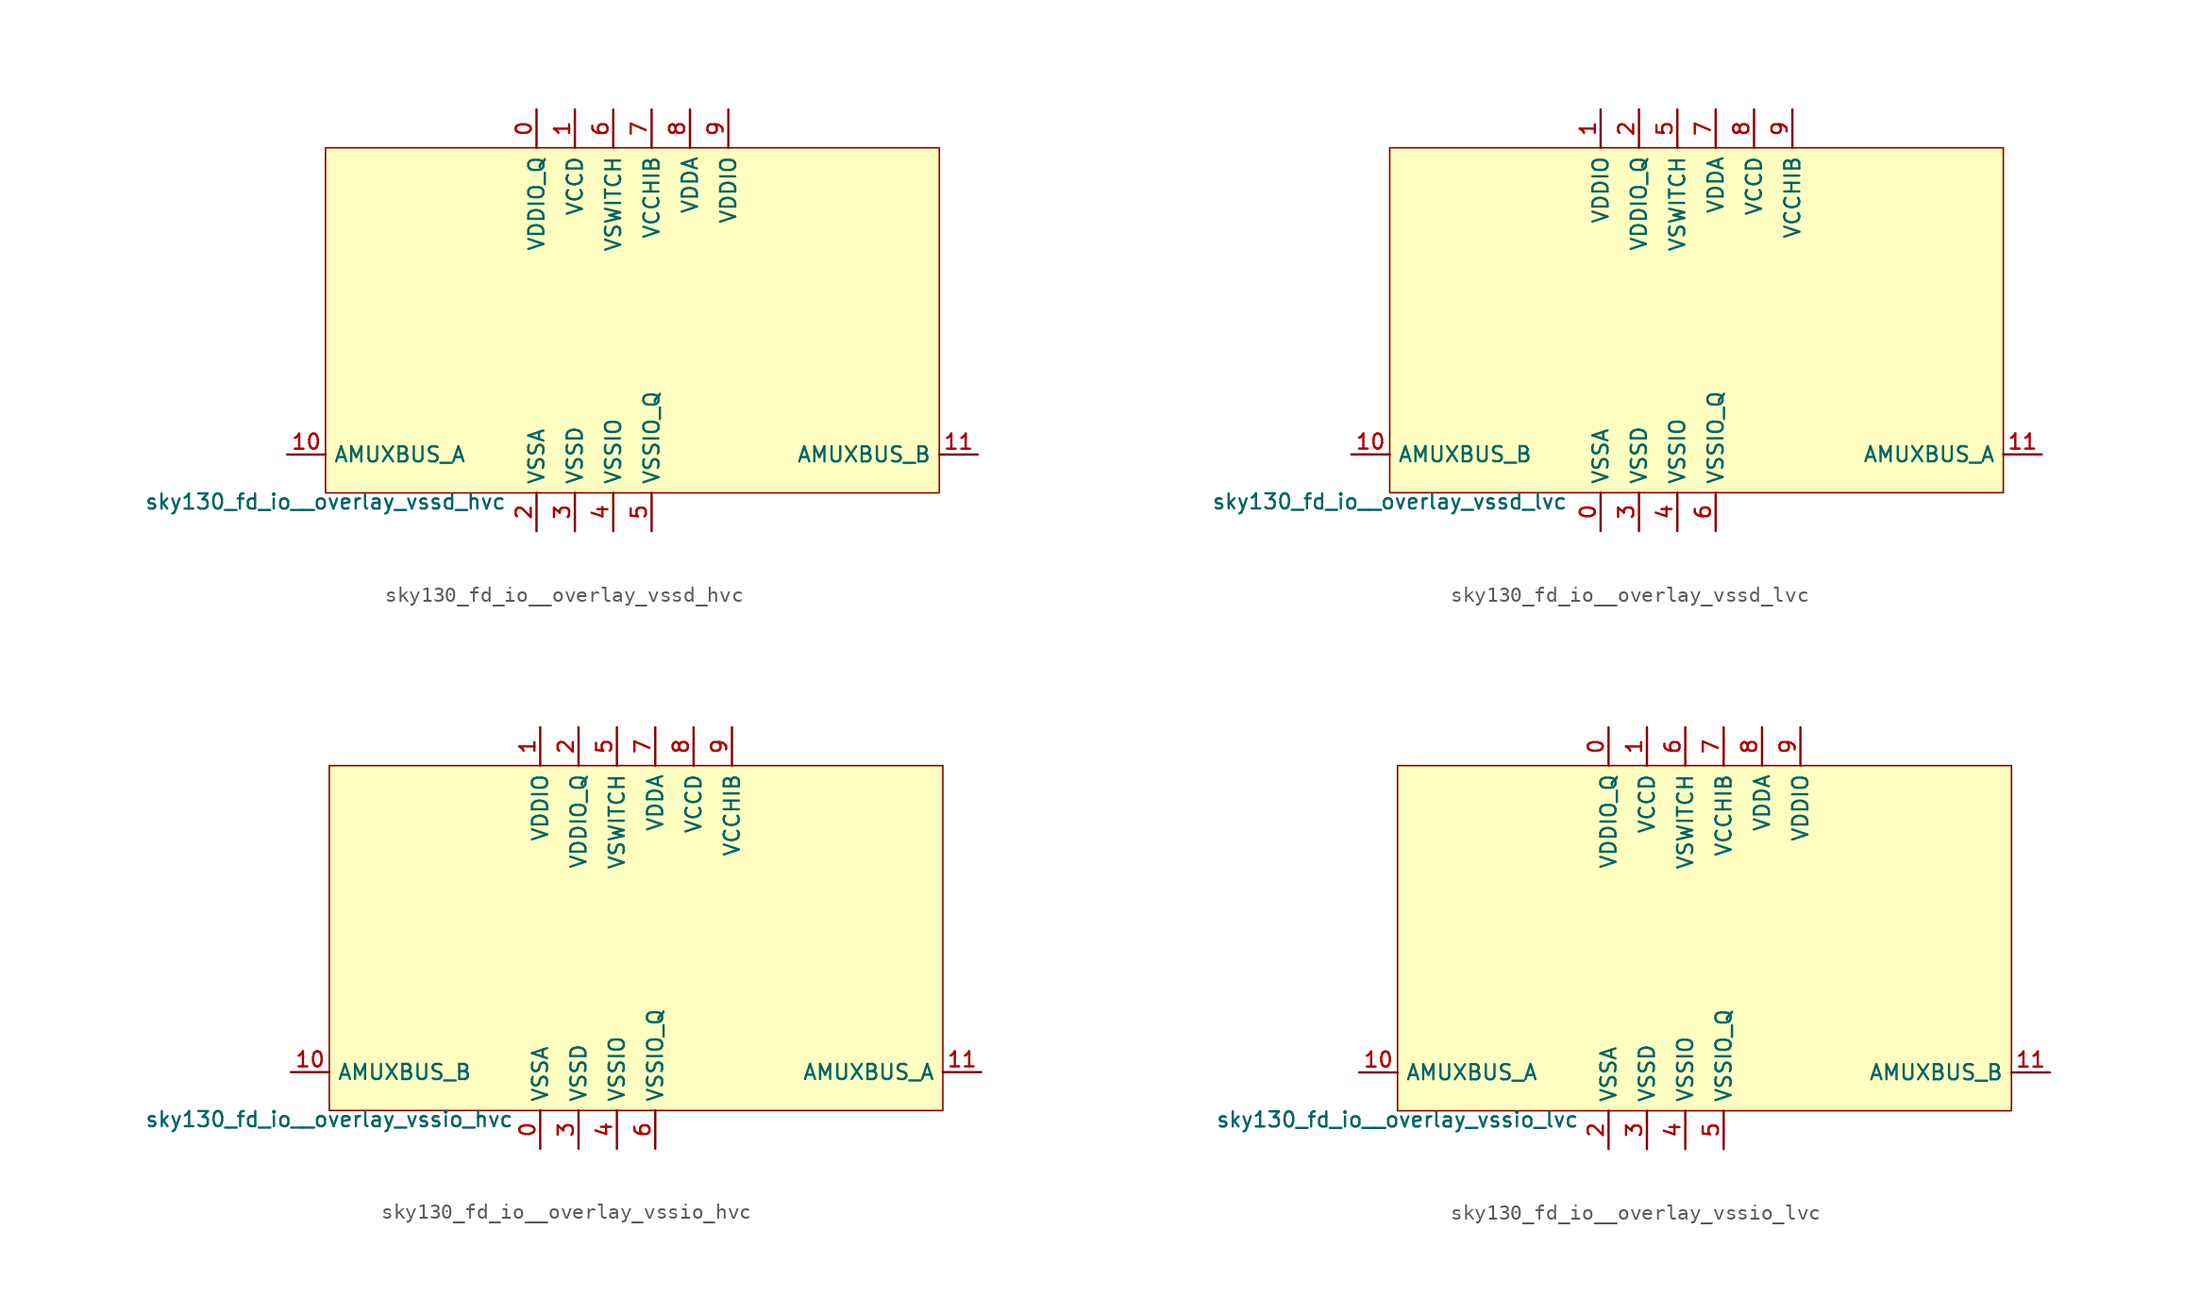
<source format=kicad_sym>
(kicad_symbol_lib
  (version 20211014)
  (generator lef2kicad_sym)
  (symbol "sky130_fd_io__overlay_vssd_hvc"
    (property "Reference" "X"
      (at 0 0 0)
      (effects (font (size 1 1)) hide))
    (property "Value" "sky130_fd_io__overlay_vssd_hvc"
      (at -20.32 -11.43 0)
      (effects (font (size 1 1)) (justify top)))
    (rectangle
      (start -20.32 -11.43)
      (end 20.32 11.43)
      (stroke (width 0.1) (type solid) (color 0 0 0 0))
      (fill (type background)))
    (pin power_in line
      (at -6.35 13.97 270)
      (length 2.54)
      (name "VDDIO_Q" (effects (font (size 1 1)) hide))
      (number "0" (effects (font (size 1 1)) hide)))
    (pin power_in line
      (at -3.81 13.97 270)
      (length 2.54)
      (name "VCCD" (effects (font (size 1 1)) hide))
      (number "1" (effects (font (size 1 1)) hide)))
    (pin power_in line
      (at -6.35 -13.97 90)
      (length 2.54)
      (name "VSSA" (effects (font (size 1 1)) hide))
      (number "2" (effects (font (size 1 1)) hide)))
    (pin power_in line
      (at -3.81 -13.97 90)
      (length 2.54)
      (name "VSSD" (effects (font (size 1 1)) hide))
      (number "3" (effects (font (size 1 1)) hide)))
    (pin power_in line
      (at -1.27 -13.97 90)
      (length 2.54)
      (name "VSSIO" (effects (font (size 1 1)) hide))
      (number "4" (effects (font (size 1 1)) hide)))
    (pin power_in line
      (at 1.27 -13.97 90)
      (length 2.54)
      (name "VSSIO_Q" (effects (font (size 1 1)) hide))
      (number "5" (effects (font (size 1 1)) hide)))
    (pin power_in line
      (at -1.27 13.97 270)
      (length 2.54)
      (name "VSWITCH" (effects (font (size 1 1)) hide))
      (number "6" (effects (font (size 1 1)) hide)))
    (pin power_in line
      (at 1.27 13.97 270)
      (length 2.54)
      (name "VCCHIB" (effects (font (size 1 1)) hide))
      (number "7" (effects (font (size 1 1)) hide)))
    (pin power_in line
      (at 3.81 13.97 270)
      (length 2.54)
      (name "VDDA" (effects (font (size 1 1)) hide))
      (number "8" (effects (font (size 1 1)) hide)))
    (pin power_in line
      (at 6.35 13.97 270)
      (length 2.54)
      (name "VDDIO" (effects (font (size 1 1)) hide))
      (number "9" (effects (font (size 1 1)) hide)))
    (pin bidirectional line
      (at -22.86 -8.89 0)
      (length 2.54)
      (name "AMUXBUS_A" (effects (font (size 1 1)) hide))
      (number "10" (effects (font (size 1 1)) hide)))
    (pin bidirectional line
      (at 22.86 -8.89 180)
      (length 2.54)
      (name "AMUXBUS_B" (effects (font (size 1 1)) hide))
      (number "11" (effects (font (size 1 1)) hide))))
  (symbol "sky130_fd_io__overlay_vssd_lvc"
    (property "Reference" "X"
      (at 0 0 0)
      (effects (font (size 1 1)) hide))
    (property "Value" "sky130_fd_io__overlay_vssd_lvc"
      (at -20.32 -11.43 0)
      (effects (font (size 1 1)) (justify top)))
    (rectangle
      (start -20.32 -11.43)
      (end 20.32 11.43)
      (stroke (width 0.1) (type solid) (color 0 0 0 0))
      (fill (type background)))
    (pin power_in line
      (at -6.35 -13.97 90)
      (length 2.54)
      (name "VSSA" (effects (font (size 1 1)) hide))
      (number "0" (effects (font (size 1 1)) hide)))
    (pin power_in line
      (at -6.35 13.97 270)
      (length 2.54)
      (name "VDDIO" (effects (font (size 1 1)) hide))
      (number "1" (effects (font (size 1 1)) hide)))
    (pin power_in line
      (at -3.81 13.97 270)
      (length 2.54)
      (name "VDDIO_Q" (effects (font (size 1 1)) hide))
      (number "2" (effects (font (size 1 1)) hide)))
    (pin power_in line
      (at -3.81 -13.97 90)
      (length 2.54)
      (name "VSSD" (effects (font (size 1 1)) hide))
      (number "3" (effects (font (size 1 1)) hide)))
    (pin power_in line
      (at -1.27 -13.97 90)
      (length 2.54)
      (name "VSSIO" (effects (font (size 1 1)) hide))
      (number "4" (effects (font (size 1 1)) hide)))
    (pin power_in line
      (at -1.27 13.97 270)
      (length 2.54)
      (name "VSWITCH" (effects (font (size 1 1)) hide))
      (number "5" (effects (font (size 1 1)) hide)))
    (pin power_in line
      (at 1.27 -13.97 90)
      (length 2.54)
      (name "VSSIO_Q" (effects (font (size 1 1)) hide))
      (number "6" (effects (font (size 1 1)) hide)))
    (pin power_in line
      (at 1.27 13.97 270)
      (length 2.54)
      (name "VDDA" (effects (font (size 1 1)) hide))
      (number "7" (effects (font (size 1 1)) hide)))
    (pin power_in line
      (at 3.81 13.97 270)
      (length 2.54)
      (name "VCCD" (effects (font (size 1 1)) hide))
      (number "8" (effects (font (size 1 1)) hide)))
    (pin power_in line
      (at 6.35 13.97 270)
      (length 2.54)
      (name "VCCHIB" (effects (font (size 1 1)) hide))
      (number "9" (effects (font (size 1 1)) hide)))
    (pin bidirectional line
      (at -22.86 -8.89 0)
      (length 2.54)
      (name "AMUXBUS_B" (effects (font (size 1 1)) hide))
      (number "10" (effects (font (size 1 1)) hide)))
    (pin bidirectional line
      (at 22.86 -8.89 180)
      (length 2.54)
      (name "AMUXBUS_A" (effects (font (size 1 1)) hide))
      (number "11" (effects (font (size 1 1)) hide))))
  (symbol "sky130_fd_io__overlay_vssio_hvc"
    (property "Reference" "X"
      (at 0 0 0)
      (effects (font (size 1 1)) hide))
    (property "Value" "sky130_fd_io__overlay_vssio_hvc"
      (at -20.32 -11.43 0)
      (effects (font (size 1 1)) (justify top)))
    (rectangle
      (start -20.32 -11.43)
      (end 20.32 11.43)
      (stroke (width 0.1) (type solid) (color 0 0 0 0))
      (fill (type background)))
    (pin power_in line
      (at -6.35 -13.97 90)
      (length 2.54)
      (name "VSSA" (effects (font (size 1 1)) hide))
      (number "0" (effects (font (size 1 1)) hide)))
    (pin power_in line
      (at -6.35 13.97 270)
      (length 2.54)
      (name "VDDIO" (effects (font (size 1 1)) hide))
      (number "1" (effects (font (size 1 1)) hide)))
    (pin power_in line
      (at -3.81 13.97 270)
      (length 2.54)
      (name "VDDIO_Q" (effects (font (size 1 1)) hide))
      (number "2" (effects (font (size 1 1)) hide)))
    (pin power_in line
      (at -3.81 -13.97 90)
      (length 2.54)
      (name "VSSD" (effects (font (size 1 1)) hide))
      (number "3" (effects (font (size 1 1)) hide)))
    (pin power_in line
      (at -1.27 -13.97 90)
      (length 2.54)
      (name "VSSIO" (effects (font (size 1 1)) hide))
      (number "4" (effects (font (size 1 1)) hide)))
    (pin power_in line
      (at -1.27 13.97 270)
      (length 2.54)
      (name "VSWITCH" (effects (font (size 1 1)) hide))
      (number "5" (effects (font (size 1 1)) hide)))
    (pin power_in line
      (at 1.27 -13.97 90)
      (length 2.54)
      (name "VSSIO_Q" (effects (font (size 1 1)) hide))
      (number "6" (effects (font (size 1 1)) hide)))
    (pin power_in line
      (at 1.27 13.97 270)
      (length 2.54)
      (name "VDDA" (effects (font (size 1 1)) hide))
      (number "7" (effects (font (size 1 1)) hide)))
    (pin power_in line
      (at 3.81 13.97 270)
      (length 2.54)
      (name "VCCD" (effects (font (size 1 1)) hide))
      (number "8" (effects (font (size 1 1)) hide)))
    (pin power_in line
      (at 6.35 13.97 270)
      (length 2.54)
      (name "VCCHIB" (effects (font (size 1 1)) hide))
      (number "9" (effects (font (size 1 1)) hide)))
    (pin bidirectional line
      (at -22.86 -8.89 0)
      (length 2.54)
      (name "AMUXBUS_B" (effects (font (size 1 1)) hide))
      (number "10" (effects (font (size 1 1)) hide)))
    (pin bidirectional line
      (at 22.86 -8.89 180)
      (length 2.54)
      (name "AMUXBUS_A" (effects (font (size 1 1)) hide))
      (number "11" (effects (font (size 1 1)) hide))))
  (symbol "sky130_fd_io__overlay_vssio_lvc"
    (property "Reference" "X"
      (at 0 0 0)
      (effects (font (size 1 1)) hide))
    (property "Value" "sky130_fd_io__overlay_vssio_lvc"
      (at -20.32 -11.43 0)
      (effects (font (size 1 1)) (justify top)))
    (rectangle
      (start -20.32 -11.43)
      (end 20.32 11.43)
      (stroke (width 0.1) (type solid) (color 0 0 0 0))
      (fill (type background)))
    (pin power_in line
      (at -6.35 13.97 270)
      (length 2.54)
      (name "VDDIO_Q" (effects (font (size 1 1)) hide))
      (number "0" (effects (font (size 1 1)) hide)))
    (pin power_in line
      (at -3.81 13.97 270)
      (length 2.54)
      (name "VCCD" (effects (font (size 1 1)) hide))
      (number "1" (effects (font (size 1 1)) hide)))
    (pin power_in line
      (at -6.35 -13.97 90)
      (length 2.54)
      (name "VSSA" (effects (font (size 1 1)) hide))
      (number "2" (effects (font (size 1 1)) hide)))
    (pin power_in line
      (at -3.81 -13.97 90)
      (length 2.54)
      (name "VSSD" (effects (font (size 1 1)) hide))
      (number "3" (effects (font (size 1 1)) hide)))
    (pin power_in line
      (at -1.27 -13.97 90)
      (length 2.54)
      (name "VSSIO" (effects (font (size 1 1)) hide))
      (number "4" (effects (font (size 1 1)) hide)))
    (pin power_in line
      (at 1.27 -13.97 90)
      (length 2.54)
      (name "VSSIO_Q" (effects (font (size 1 1)) hide))
      (number "5" (effects (font (size 1 1)) hide)))
    (pin power_in line
      (at -1.27 13.97 270)
      (length 2.54)
      (name "VSWITCH" (effects (font (size 1 1)) hide))
      (number "6" (effects (font (size 1 1)) hide)))
    (pin power_in line
      (at 1.27 13.97 270)
      (length 2.54)
      (name "VCCHIB" (effects (font (size 1 1)) hide))
      (number "7" (effects (font (size 1 1)) hide)))
    (pin power_in line
      (at 3.81 13.97 270)
      (length 2.54)
      (name "VDDA" (effects (font (size 1 1)) hide))
      (number "8" (effects (font (size 1 1)) hide)))
    (pin power_in line
      (at 6.35 13.97 270)
      (length 2.54)
      (name "VDDIO" (effects (font (size 1 1)) hide))
      (number "9" (effects (font (size 1 1)) hide)))
    (pin bidirectional line
      (at -22.86 -8.89 0)
      (length 2.54)
      (name "AMUXBUS_A" (effects (font (size 1 1)) hide))
      (number "10" (effects (font (size 1 1)) hide)))
    (pin bidirectional line
      (at 22.86 -8.89 180)
      (length 2.54)
      (name "AMUXBUS_B" (effects (font (size 1 1)) hide))
      (number "11" (effects (font (size 1 1)) hide)))))
</source>
